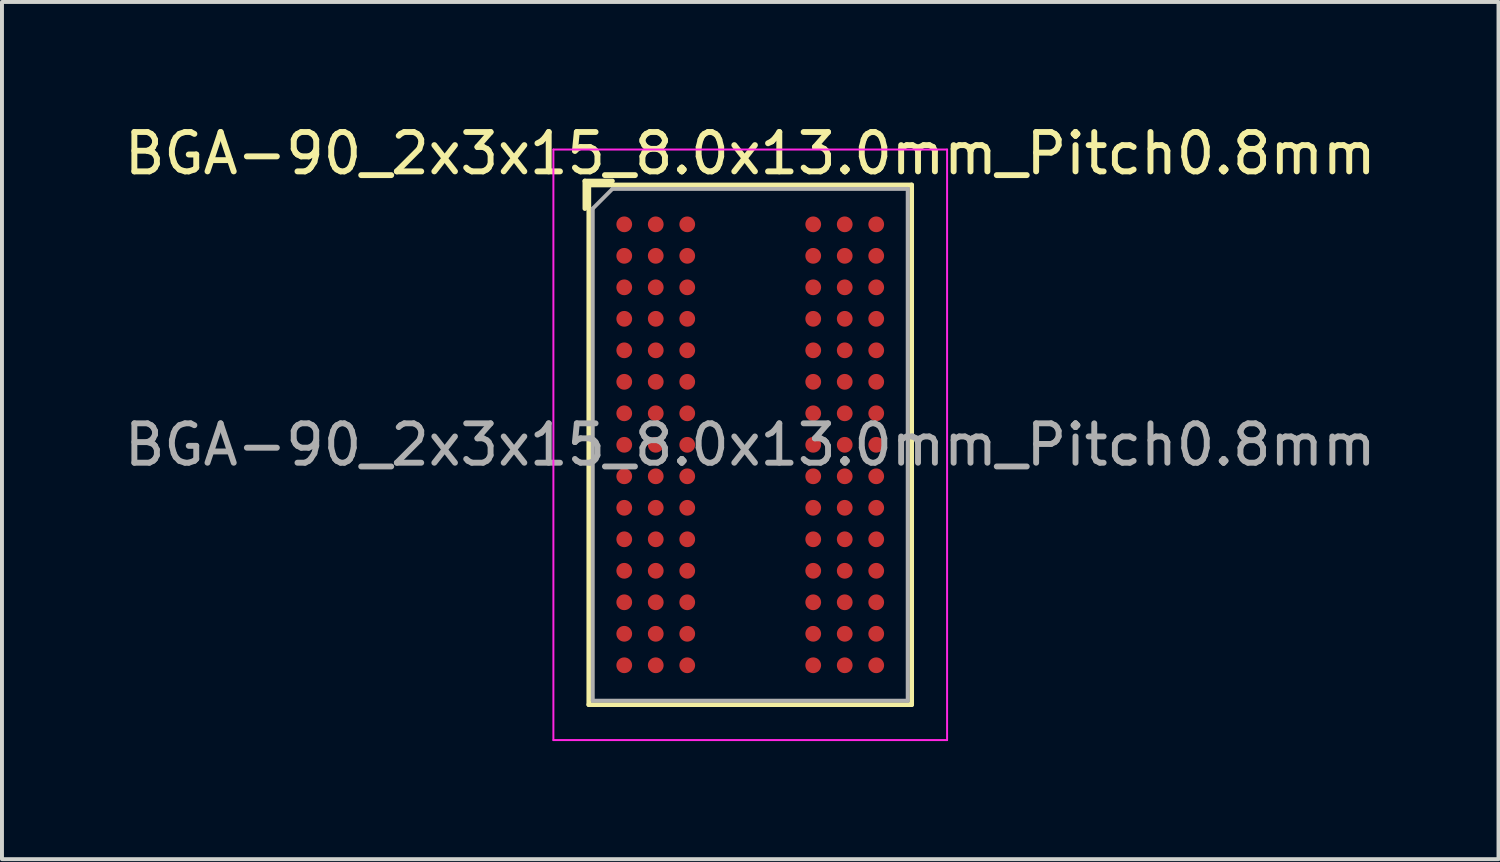
<source format=kicad_pcb>
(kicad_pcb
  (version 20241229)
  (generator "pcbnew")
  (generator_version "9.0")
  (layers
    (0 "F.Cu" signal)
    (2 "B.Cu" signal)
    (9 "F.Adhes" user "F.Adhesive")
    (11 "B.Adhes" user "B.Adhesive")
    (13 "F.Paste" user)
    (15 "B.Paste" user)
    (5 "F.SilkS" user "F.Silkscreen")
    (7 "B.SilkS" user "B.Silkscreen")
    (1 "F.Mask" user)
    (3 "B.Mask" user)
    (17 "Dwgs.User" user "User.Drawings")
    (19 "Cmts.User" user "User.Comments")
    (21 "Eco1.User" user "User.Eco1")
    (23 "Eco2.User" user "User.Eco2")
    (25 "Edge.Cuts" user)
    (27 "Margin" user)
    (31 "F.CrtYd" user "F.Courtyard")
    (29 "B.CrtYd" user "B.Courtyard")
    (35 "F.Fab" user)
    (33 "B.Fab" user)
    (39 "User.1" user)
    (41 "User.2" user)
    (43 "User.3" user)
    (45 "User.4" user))
  (footprint "BGA-90_2x3x15_8.0x13.0mm_Pitch0.8mm"
    (layer "F.Cu")
    (at 16.006 8.248)
    (property "Reference" "BGA-90_2x3x15_8.0x13.0mm_Pitch0.8mm" (at 0 -7.4 0) (layer "F.SilkS") (effects (font (size 1 1) (thickness 0.15))))
    (attr smd)
    (fp_line (start -4.2 -6.7) (end -3.5 -6.7) (stroke (width 0.12) (type solid)) (layer "F.SilkS"))
    (fp_line (start -4.2 -6) (end -4.2 -6.7) (stroke (width 0.12) (type solid)) (layer "F.SilkS"))
    (fp_line (start -4.1 -6.6) (end -4.1 6.6) (stroke (width 0.12) (type solid)) (layer "F.SilkS"))
    (fp_line (start -4.1 6.6) (end 4.1 6.6) (stroke (width 0.12) (type solid)) (layer "F.SilkS"))
    (fp_line (start 4.1 -6.6) (end -4.1 -6.6) (stroke (width 0.12) (type solid)) (layer "F.SilkS"))
    (fp_line (start 4.1 6.6) (end 4.1 -6.6) (stroke (width 0.12) (type solid)) (layer "F.SilkS"))
    (fp_line (start -5 -7.5) (end -5 7.5) (stroke (width 0.05) (type solid)) (layer "F.CrtYd"))
    (fp_line (start -5 -7.5) (end 5 -7.5) (stroke (width 0.05) (type solid)) (layer "F.CrtYd"))
    (fp_line (start 5 7.5) (end -5 7.5) (stroke (width 0.05) (type solid)) (layer "F.CrtYd"))
    (fp_line (start 5 7.5) (end 5 -7.5) (stroke (width 0.05) (type solid)) (layer "F.CrtYd"))
    (fp_line (start -4 -6) (end -4 6.5) (stroke (width 0.1) (type solid)) (layer "F.Fab"))
    (fp_line (start -4 6.5) (end 4 6.5) (stroke (width 0.1) (type solid)) (layer "F.Fab"))
    (fp_line (start -3.5 -6.5) (end -4 -6) (stroke (width 0.1) (type solid)) (layer "F.Fab"))
    (fp_line (start 4 -6.5) (end -3.5 -6.5) (stroke (width 0.1) (type solid)) (layer "F.Fab"))
    (fp_line (start 4 6.5) (end 4 -6.5) (stroke (width 0.1) (type solid)) (layer "F.Fab"))
    (fp_text user "${REFERENCE}" (at 0 0 0) (layer "F.Fab") (effects (font (size 1 1) (thickness 0.15))))
    (pad "A1" smd circle (at -3.2 -5.6) (size 0.4 0.4) (layers "F.Cu" "F.Mask" "F.Paste"))
    (pad "A2" smd circle (at -2.4 -5.6) (size 0.4 0.4) (layers "F.Cu" "F.Mask" "F.Paste"))
    (pad "A3" smd circle (at -1.6 -5.6) (size 0.4 0.4) (layers "F.Cu" "F.Mask" "F.Paste"))
    (pad "A7" smd circle (at 1.6 -5.6) (size 0.4 0.4) (layers "F.Cu" "F.Mask" "F.Paste"))
    (pad "A8" smd circle (at 2.4 -5.6) (size 0.4 0.4) (layers "F.Cu" "F.Mask" "F.Paste"))
    (pad "A9" smd circle (at 3.2 -5.6) (size 0.4 0.4) (layers "F.Cu" "F.Mask" "F.Paste"))
    (pad "B1" smd circle (at -3.2 -4.8) (size 0.4 0.4) (layers "F.Cu" "F.Mask" "F.Paste"))
    (pad "B2" smd circle (at -2.4 -4.8) (size 0.4 0.4) (layers "F.Cu" "F.Mask" "F.Paste"))
    (pad "B3" smd circle (at -1.6 -4.8) (size 0.4 0.4) (layers "F.Cu" "F.Mask" "F.Paste"))
    (pad "B7" smd circle (at 1.6 -4.8) (size 0.4 0.4) (layers "F.Cu" "F.Mask" "F.Paste"))
    (pad "B8" smd circle (at 2.4 -4.8) (size 0.4 0.4) (layers "F.Cu" "F.Mask" "F.Paste"))
    (pad "B9" smd circle (at 3.2 -4.8) (size 0.4 0.4) (layers "F.Cu" "F.Mask" "F.Paste"))
    (pad "C1" smd circle (at -3.2 -4) (size 0.4 0.4) (layers "F.Cu" "F.Mask" "F.Paste"))
    (pad "C2" smd circle (at -2.4 -4) (size 0.4 0.4) (layers "F.Cu" "F.Mask" "F.Paste"))
    (pad "C3" smd circle (at -1.6 -4) (size 0.4 0.4) (layers "F.Cu" "F.Mask" "F.Paste"))
    (pad "C7" smd circle (at 1.6 -4) (size 0.4 0.4) (layers "F.Cu" "F.Mask" "F.Paste"))
    (pad "C8" smd circle (at 2.4 -4) (size 0.4 0.4) (layers "F.Cu" "F.Mask" "F.Paste"))
    (pad "C9" smd circle (at 3.2 -4) (size 0.4 0.4) (layers "F.Cu" "F.Mask" "F.Paste"))
    (pad "D1" smd circle (at -3.2 -3.2) (size 0.4 0.4) (layers "F.Cu" "F.Mask" "F.Paste"))
    (pad "D2" smd circle (at -2.4 -3.2) (size 0.4 0.4) (layers "F.Cu" "F.Mask" "F.Paste"))
    (pad "D3" smd circle (at -1.6 -3.2) (size 0.4 0.4) (layers "F.Cu" "F.Mask" "F.Paste"))
    (pad "D7" smd circle (at 1.6 -3.2) (size 0.4 0.4) (layers "F.Cu" "F.Mask" "F.Paste"))
    (pad "D8" smd circle (at 2.4 -3.2) (size 0.4 0.4) (layers "F.Cu" "F.Mask" "F.Paste"))
    (pad "D9" smd circle (at 3.2 -3.2) (size 0.4 0.4) (layers "F.Cu" "F.Mask" "F.Paste"))
    (pad "E1" smd circle (at -3.2 -2.4) (size 0.4 0.4) (layers "F.Cu" "F.Mask" "F.Paste"))
    (pad "E2" smd circle (at -2.4 -2.4) (size 0.4 0.4) (layers "F.Cu" "F.Mask" "F.Paste"))
    (pad "E3" smd circle (at -1.6 -2.4) (size 0.4 0.4) (layers "F.Cu" "F.Mask" "F.Paste"))
    (pad "E7" smd circle (at 1.6 -2.4) (size 0.4 0.4) (layers "F.Cu" "F.Mask" "F.Paste"))
    (pad "E8" smd circle (at 2.4 -2.4) (size 0.4 0.4) (layers "F.Cu" "F.Mask" "F.Paste"))
    (pad "E9" smd circle (at 3.2 -2.4) (size 0.4 0.4) (layers "F.Cu" "F.Mask" "F.Paste"))
    (pad "F1" smd circle (at -3.2 -1.6) (size 0.4 0.4) (layers "F.Cu" "F.Mask" "F.Paste"))
    (pad "F2" smd circle (at -2.4 -1.6) (size 0.4 0.4) (layers "F.Cu" "F.Mask" "F.Paste"))
    (pad "F3" smd circle (at -1.6 -1.6) (size 0.4 0.4) (layers "F.Cu" "F.Mask" "F.Paste"))
    (pad "F7" smd circle (at 1.6 -1.6) (size 0.4 0.4) (layers "F.Cu" "F.Mask" "F.Paste"))
    (pad "F8" smd circle (at 2.4 -1.6) (size 0.4 0.4) (layers "F.Cu" "F.Mask" "F.Paste"))
    (pad "F9" smd circle (at 3.2 -1.6) (size 0.4 0.4) (layers "F.Cu" "F.Mask" "F.Paste"))
    (pad "G1" smd circle (at -3.2 -0.8) (size 0.4 0.4) (layers "F.Cu" "F.Mask" "F.Paste"))
    (pad "G2" smd circle (at -2.4 -0.8) (size 0.4 0.4) (layers "F.Cu" "F.Mask" "F.Paste"))
    (pad "G3" smd circle (at -1.6 -0.8) (size 0.4 0.4) (layers "F.Cu" "F.Mask" "F.Paste"))
    (pad "G7" smd circle (at 1.6 -0.8) (size 0.4 0.4) (layers "F.Cu" "F.Mask" "F.Paste"))
    (pad "G8" smd circle (at 2.4 -0.8) (size 0.4 0.4) (layers "F.Cu" "F.Mask" "F.Paste"))
    (pad "G9" smd circle (at 3.2 -0.8) (size 0.4 0.4) (layers "F.Cu" "F.Mask" "F.Paste"))
    (pad "H1" smd circle (at -3.2 0) (size 0.4 0.4) (layers "F.Cu" "F.Mask" "F.Paste"))
    (pad "H2" smd circle (at -2.4 0) (size 0.4 0.4) (layers "F.Cu" "F.Mask" "F.Paste"))
    (pad "H3" smd circle (at -1.6 0) (size 0.4 0.4) (layers "F.Cu" "F.Mask" "F.Paste"))
    (pad "H7" smd circle (at 1.6 0) (size 0.4 0.4) (layers "F.Cu" "F.Mask" "F.Paste"))
    (pad "H8" smd circle (at 2.4 0) (size 0.4 0.4) (layers "F.Cu" "F.Mask" "F.Paste"))
    (pad "H9" smd circle (at 3.2 0) (size 0.4 0.4) (layers "F.Cu" "F.Mask" "F.Paste"))
    (pad "J1" smd circle (at -3.2 0.8) (size 0.4 0.4) (layers "F.Cu" "F.Mask" "F.Paste"))
    (pad "J2" smd circle (at -2.4 0.8) (size 0.4 0.4) (layers "F.Cu" "F.Mask" "F.Paste"))
    (pad "J3" smd circle (at -1.6 0.8) (size 0.4 0.4) (layers "F.Cu" "F.Mask" "F.Paste"))
    (pad "J7" smd circle (at 1.6 0.8) (size 0.4 0.4) (layers "F.Cu" "F.Mask" "F.Paste"))
    (pad "J8" smd circle (at 2.4 0.8) (size 0.4 0.4) (layers "F.Cu" "F.Mask" "F.Paste"))
    (pad "J9" smd circle (at 3.2 0.8) (size 0.4 0.4) (layers "F.Cu" "F.Mask" "F.Paste"))
    (pad "K1" smd circle (at -3.2 1.6) (size 0.4 0.4) (layers "F.Cu" "F.Mask" "F.Paste"))
    (pad "K2" smd circle (at -2.4 1.6) (size 0.4 0.4) (layers "F.Cu" "F.Mask" "F.Paste"))
    (pad "K3" smd circle (at -1.6 1.6) (size 0.4 0.4) (layers "F.Cu" "F.Mask" "F.Paste"))
    (pad "K7" smd circle (at 1.6 1.6) (size 0.4 0.4) (layers "F.Cu" "F.Mask" "F.Paste"))
    (pad "K8" smd circle (at 2.4 1.6) (size 0.4 0.4) (layers "F.Cu" "F.Mask" "F.Paste"))
    (pad "K9" smd circle (at 3.2 1.6) (size 0.4 0.4) (layers "F.Cu" "F.Mask" "F.Paste"))
    (pad "L1" smd circle (at -3.2 2.4) (size 0.4 0.4) (layers "F.Cu" "F.Mask" "F.Paste"))
    (pad "L2" smd circle (at -2.4 2.4) (size 0.4 0.4) (layers "F.Cu" "F.Mask" "F.Paste"))
    (pad "L3" smd circle (at -1.6 2.4) (size 0.4 0.4) (layers "F.Cu" "F.Mask" "F.Paste"))
    (pad "L7" smd circle (at 1.6 2.4) (size 0.4 0.4) (layers "F.Cu" "F.Mask" "F.Paste"))
    (pad "L8" smd circle (at 2.4 2.4) (size 0.4 0.4) (layers "F.Cu" "F.Mask" "F.Paste"))
    (pad "L9" smd circle (at 3.2 2.4) (size 0.4 0.4) (layers "F.Cu" "F.Mask" "F.Paste"))
    (pad "M1" smd circle (at -3.2 3.2) (size 0.4 0.4) (layers "F.Cu" "F.Mask" "F.Paste"))
    (pad "M2" smd circle (at -2.4 3.2) (size 0.4 0.4) (layers "F.Cu" "F.Mask" "F.Paste"))
    (pad "M3" smd circle (at -1.6 3.2) (size 0.4 0.4) (layers "F.Cu" "F.Mask" "F.Paste"))
    (pad "M7" smd circle (at 1.6 3.2) (size 0.4 0.4) (layers "F.Cu" "F.Mask" "F.Paste"))
    (pad "M8" smd circle (at 2.4 3.2) (size 0.4 0.4) (layers "F.Cu" "F.Mask" "F.Paste"))
    (pad "M9" smd circle (at 3.2 3.2) (size 0.4 0.4) (layers "F.Cu" "F.Mask" "F.Paste"))
    (pad "N1" smd circle (at -3.2 4) (size 0.4 0.4) (layers "F.Cu" "F.Mask" "F.Paste"))
    (pad "N2" smd circle (at -2.4 4) (size 0.4 0.4) (layers "F.Cu" "F.Mask" "F.Paste"))
    (pad "N3" smd circle (at -1.6 4) (size 0.4 0.4) (layers "F.Cu" "F.Mask" "F.Paste"))
    (pad "N7" smd circle (at 1.6 4) (size 0.4 0.4) (layers "F.Cu" "F.Mask" "F.Paste"))
    (pad "N8" smd circle (at 2.4 4) (size 0.4 0.4) (layers "F.Cu" "F.Mask" "F.Paste"))
    (pad "N9" smd circle (at 3.2 4) (size 0.4 0.4) (layers "F.Cu" "F.Mask" "F.Paste"))
    (pad "P1" smd circle (at -3.2 4.8) (size 0.4 0.4) (layers "F.Cu" "F.Mask" "F.Paste"))
    (pad "P2" smd circle (at -2.4 4.8) (size 0.4 0.4) (layers "F.Cu" "F.Mask" "F.Paste"))
    (pad "P3" smd circle (at -1.6 4.8) (size 0.4 0.4) (layers "F.Cu" "F.Mask" "F.Paste"))
    (pad "P7" smd circle (at 1.6 4.8) (size 0.4 0.4) (layers "F.Cu" "F.Mask" "F.Paste"))
    (pad "P8" smd circle (at 2.4 4.8) (size 0.4 0.4) (layers "F.Cu" "F.Mask" "F.Paste"))
    (pad "P9" smd circle (at 3.2 4.8) (size 0.4 0.4) (layers "F.Cu" "F.Mask" "F.Paste"))
    (pad "R1" smd circle (at -3.2 5.6) (size 0.4 0.4) (layers "F.Cu" "F.Mask" "F.Paste"))
    (pad "R2" smd circle (at -2.4 5.6) (size 0.4 0.4) (layers "F.Cu" "F.Mask" "F.Paste"))
    (pad "R3" smd circle (at -1.6 5.6) (size 0.4 0.4) (layers "F.Cu" "F.Mask" "F.Paste"))
    (pad "R7" smd circle (at 1.6 5.6) (size 0.4 0.4) (layers "F.Cu" "F.Mask" "F.Paste"))
    (pad "R8" smd circle (at 2.4 5.6) (size 0.4 0.4) (layers "F.Cu" "F.Mask" "F.Paste"))
    (pad "R9" smd circle (at 3.2 5.6) (size 0.4 0.4) (layers "F.Cu" "F.Mask" "F.Paste")))
  (gr_rect
    (start -3 -3)
    (end 35.012 18.773)
    (stroke (width 0.1) (type default))
    (fill no)
    (layer "Edge.Cuts")))
</source>
